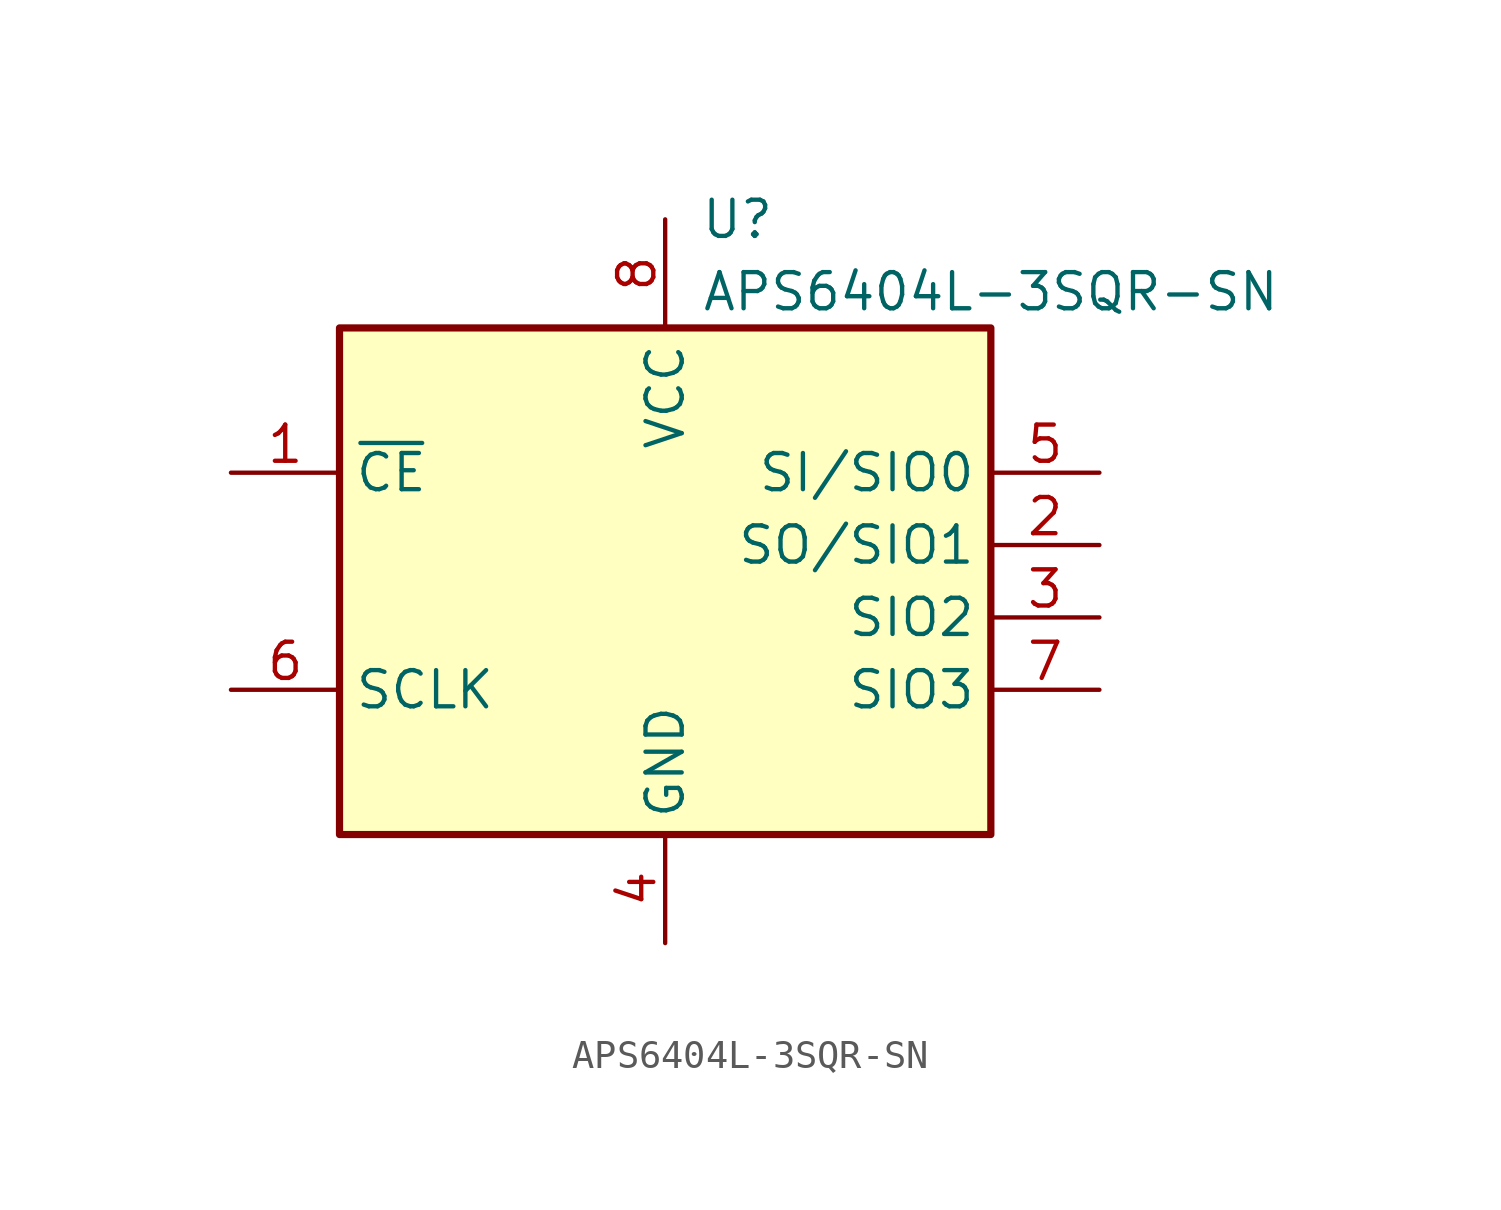
<source format=kicad_sym>
(kicad_symbol_lib
  (version 20220914)
  (generator kicad_symbol_editor)
  (symbol "APS6404L-3SQR-SN"
    (property "Reference" "U"
      (at 2.54 12.7 0)
      (effects (font (size 1.27 1.27))))
    (property "Value" "APS6404L-3SQR-SN"
      (at 11.43 10.16 0)
      (effects (font (size 1.27 1.27))))
    (symbol "APS6404L-3SQR-SN_1_1"
      (rectangle (start -11.43 8.89) (end 11.43 -8.89) (stroke (width 0.254) (type default)) (fill (type background)))
      (pin input line (at -15.24 3.81 0) (length 3.81) (name "~{CE}" (effects (font (size 1.27 1.27)))) (number "1" (effects (font (size 1.27 1.27)))))
      (pin bidirectional line (at 15.24 1.27 180) (length 3.81) (name "SO/SIO1" (effects (font (size 1.27 1.27)))) (number "2" (effects (font (size 1.27 1.27)))))
      (pin passive line (at 15.24 -1.27 180) (length 3.81) (name "SIO2" (effects (font (size 1.27 1.27)))) (number "3" (effects (font (size 1.27 1.27)))))
      (pin power_in line (at 0 -12.7 90) (length 3.81) (name "GND" (effects (font (size 1.27 1.27)))) (number "4" (effects (font (size 1.27 1.27)))))
      (pin bidirectional line (at 15.24 3.81 180) (length 3.81) (name "SI/SIO0" (effects (font (size 1.27 1.27)))) (number "5" (effects (font (size 1.27 1.27)))))
      (pin input line (at -15.24 -3.81 0) (length 3.81) (name "SCLK" (effects (font (size 1.27 1.27)))) (number "6" (effects (font (size 1.27 1.27)))))
      (pin passive line (at 15.24 -3.81 180) (length 3.81) (name "SIO3" (effects (font (size 1.27 1.27)))) (number "7" (effects (font (size 1.27 1.27)))))
      (pin power_in line (at 0 12.7 270) (length 3.81) (name "VCC" (effects (font (size 1.27 1.27)))) (number "8" (effects (font (size 1.27 1.27))))))))
</source>
